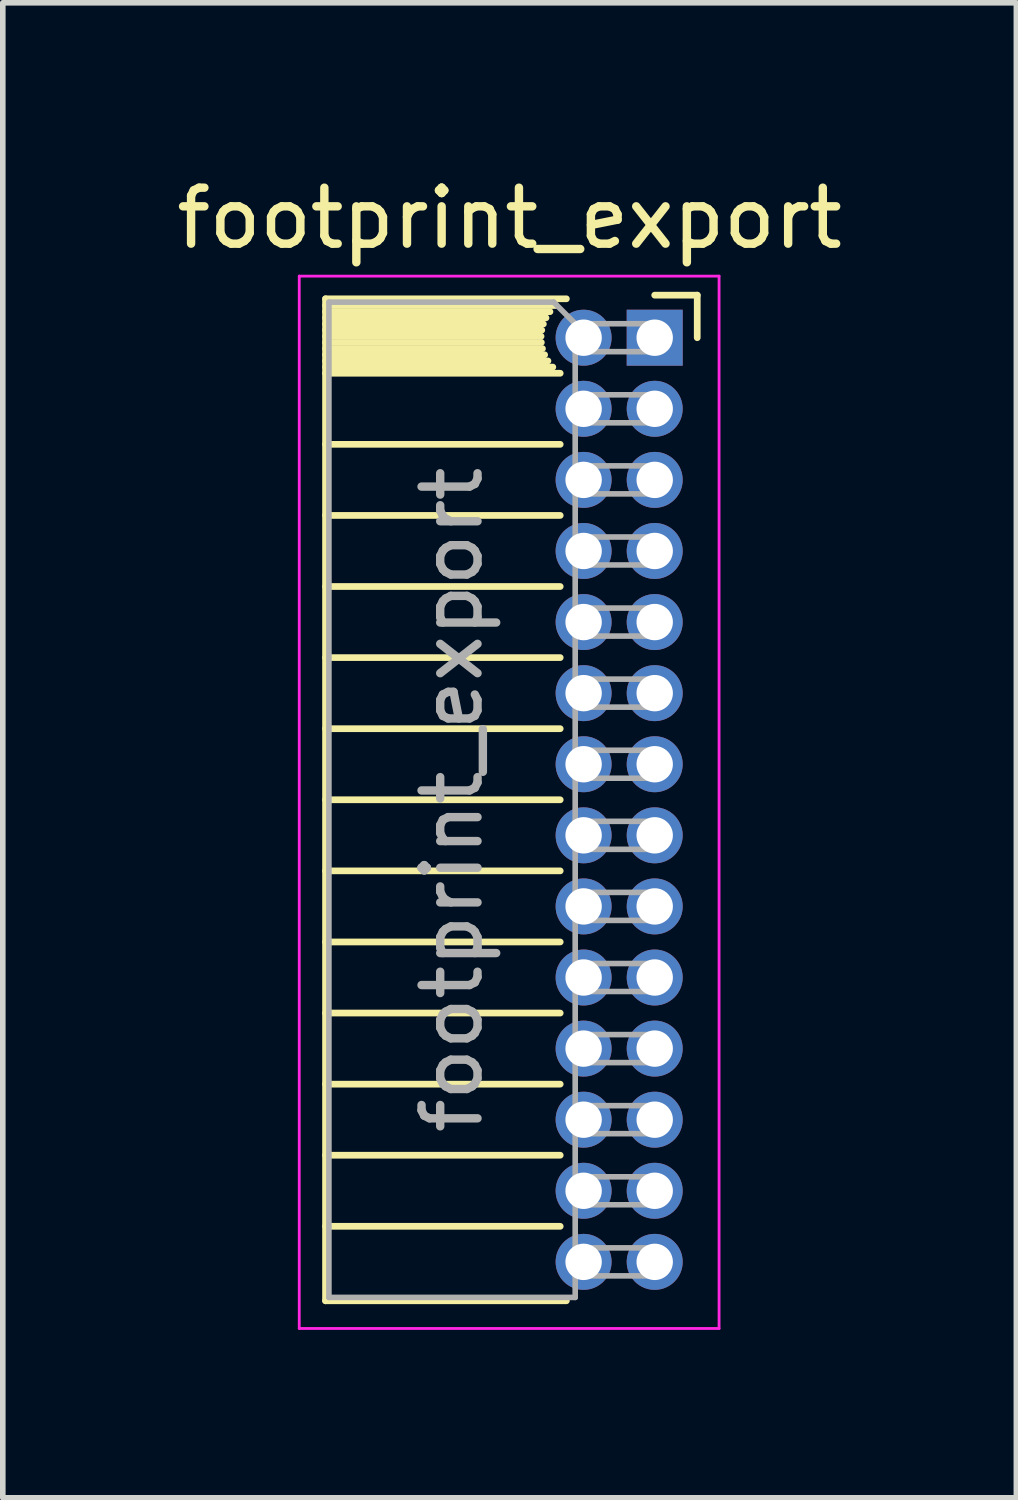
<source format=kicad_pcb>
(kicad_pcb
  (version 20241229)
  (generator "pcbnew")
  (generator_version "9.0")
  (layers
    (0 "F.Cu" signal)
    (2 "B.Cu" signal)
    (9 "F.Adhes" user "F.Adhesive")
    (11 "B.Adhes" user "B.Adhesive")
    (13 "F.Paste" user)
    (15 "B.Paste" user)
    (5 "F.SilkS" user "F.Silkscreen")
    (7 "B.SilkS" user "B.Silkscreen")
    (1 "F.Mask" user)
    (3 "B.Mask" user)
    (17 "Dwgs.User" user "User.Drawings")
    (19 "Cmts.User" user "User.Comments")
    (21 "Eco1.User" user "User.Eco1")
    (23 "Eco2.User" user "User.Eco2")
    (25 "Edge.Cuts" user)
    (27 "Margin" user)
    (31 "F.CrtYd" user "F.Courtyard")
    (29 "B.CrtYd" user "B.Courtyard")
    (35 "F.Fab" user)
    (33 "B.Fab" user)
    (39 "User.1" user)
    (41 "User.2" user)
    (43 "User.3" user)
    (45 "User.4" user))
  (footprint "footprint_export"
    (layer "F.Cu")
    (at 8.646 2.983)
    (property "Reference" "footprint_export" (at -2.592 -2.135 0) (layer "F.SilkS") (effects (font (size 1 1) (thickness 0.15))))
    (attr through_hole)
    (fp_line (start -5.88 -0.695) (end -5.88 17.205) (stroke (width 0.12) (type solid)) (layer "F.SilkS"))
    (fp_line (start -5.88 -0.695) (end -1.578 -0.695) (stroke (width 0.12) (type solid)) (layer "F.SilkS"))
    (fp_line (start -5.88 -0.575) (end -1.767 -0.575) (stroke (width 0.12) (type solid)) (layer "F.SilkS"))
    (fp_line (start -5.88 -0.465) (end -1.871 -0.465) (stroke (width 0.12) (type solid)) (layer "F.SilkS"))
    (fp_line (start -5.88 -0.355) (end -1.942 -0.355) (stroke (width 0.12) (type solid)) (layer "F.SilkS"))
    (fp_line (start -5.88 -0.245) (end -1.989 -0.245) (stroke (width 0.12) (type solid)) (layer "F.SilkS"))
    (fp_line (start -5.88 -0.135) (end -2.018 -0.135) (stroke (width 0.12) (type solid)) (layer "F.SilkS"))
    (fp_line (start -5.88 -0.025) (end -2.03 -0.025) (stroke (width 0.12) (type solid)) (layer "F.SilkS"))
    (fp_line (start -5.88 0.085) (end -2.025 0.085) (stroke (width 0.12) (type solid)) (layer "F.SilkS"))
    (fp_line (start -5.88 0.195) (end -2.005 0.195) (stroke (width 0.12) (type solid)) (layer "F.SilkS"))
    (fp_line (start -5.88 0.305) (end -1.966 0.305) (stroke (width 0.12) (type solid)) (layer "F.SilkS"))
    (fp_line (start -5.88 0.415) (end -1.907 0.415) (stroke (width 0.12) (type solid)) (layer "F.SilkS"))
    (fp_line (start -5.88 0.525) (end -1.82 0.525) (stroke (width 0.12) (type solid)) (layer "F.SilkS"))
    (fp_line (start -5.88 0.635) (end -1.688 0.635) (stroke (width 0.12) (type solid)) (layer "F.SilkS"))
    (fp_line (start -5.88 1.905) (end -1.688 1.905) (stroke (width 0.12) (type solid)) (layer "F.SilkS"))
    (fp_line (start -5.88 3.175) (end -1.688 3.175) (stroke (width 0.12) (type solid)) (layer "F.SilkS"))
    (fp_line (start -5.88 4.445) (end -1.688 4.445) (stroke (width 0.12) (type solid)) (layer "F.SilkS"))
    (fp_line (start -5.88 5.715) (end -1.688 5.715) (stroke (width 0.12) (type solid)) (layer "F.SilkS"))
    (fp_line (start -5.88 6.985) (end -1.688 6.985) (stroke (width 0.12) (type solid)) (layer "F.SilkS"))
    (fp_line (start -5.88 8.255) (end -1.688 8.255) (stroke (width 0.12) (type solid)) (layer "F.SilkS"))
    (fp_line (start -5.88 9.525) (end -1.688 9.525) (stroke (width 0.12) (type solid)) (layer "F.SilkS"))
    (fp_line (start -5.88 10.795) (end -1.688 10.795) (stroke (width 0.12) (type solid)) (layer "F.SilkS"))
    (fp_line (start -5.88 12.065) (end -1.688 12.065) (stroke (width 0.12) (type solid)) (layer "F.SilkS"))
    (fp_line (start -5.88 13.335) (end -1.688 13.335) (stroke (width 0.12) (type solid)) (layer "F.SilkS"))
    (fp_line (start -5.88 14.605) (end -1.688 14.605) (stroke (width 0.12) (type solid)) (layer "F.SilkS"))
    (fp_line (start -5.88 15.875) (end -1.688 15.875) (stroke (width 0.12) (type solid)) (layer "F.SilkS"))
    (fp_line (start -5.88 17.205) (end -1.578 17.205) (stroke (width 0.12) (type solid)) (layer "F.SilkS"))
    (fp_line (start 0 -0.76) (end 0.76 -0.76) (stroke (width 0.12) (type solid)) (layer "F.SilkS"))
    (fp_line (start 0.76 -0.76) (end 0.76 0) (stroke (width 0.12) (type solid)) (layer "F.SilkS"))
    (fp_line (start -6.35 -1.1) (end -6.35 17.7) (stroke (width 0.05) (type solid)) (layer "F.CrtYd"))
    (fp_line (start -6.35 17.7) (end 1.15 17.7) (stroke (width 0.05) (type solid)) (layer "F.CrtYd"))
    (fp_line (start 1.15 -1.1) (end -6.35 -1.1) (stroke (width 0.05) (type solid)) (layer "F.CrtYd"))
    (fp_line (start 1.15 17.7) (end 1.15 -1.1) (stroke (width 0.05) (type solid)) (layer "F.CrtYd"))
    (fp_line (start -5.82 -0.635) (end -1.805 -0.635) (stroke (width 0.1) (type solid)) (layer "F.Fab"))
    (fp_line (start -5.82 17.145) (end -5.82 -0.635) (stroke (width 0.1) (type solid)) (layer "F.Fab"))
    (fp_line (start -1.805 -0.635) (end -1.42 -0.25) (stroke (width 0.1) (type solid)) (layer "F.Fab"))
    (fp_line (start -1.42 -0.25) (end -1.42 17.145) (stroke (width 0.1) (type solid)) (layer "F.Fab"))
    (fp_line (start -1.42 0.25) (end 0 0.25) (stroke (width 0.1) (type solid)) (layer "F.Fab"))
    (fp_line (start -1.42 1.52) (end 0 1.52) (stroke (width 0.1) (type solid)) (layer "F.Fab"))
    (fp_line (start -1.42 2.79) (end 0 2.79) (stroke (width 0.1) (type solid)) (layer "F.Fab"))
    (fp_line (start -1.42 4.06) (end 0 4.06) (stroke (width 0.1) (type solid)) (layer "F.Fab"))
    (fp_line (start -1.42 5.33) (end 0 5.33) (stroke (width 0.1) (type solid)) (layer "F.Fab"))
    (fp_line (start -1.42 6.6) (end 0 6.6) (stroke (width 0.1) (type solid)) (layer "F.Fab"))
    (fp_line (start -1.42 7.87) (end 0 7.87) (stroke (width 0.1) (type solid)) (layer "F.Fab"))
    (fp_line (start -1.42 9.14) (end 0 9.14) (stroke (width 0.1) (type solid)) (layer "F.Fab"))
    (fp_line (start -1.42 10.41) (end 0 10.41) (stroke (width 0.1) (type solid)) (layer "F.Fab"))
    (fp_line (start -1.42 11.68) (end 0 11.68) (stroke (width 0.1) (type solid)) (layer "F.Fab"))
    (fp_line (start -1.42 12.95) (end 0 12.95) (stroke (width 0.1) (type solid)) (layer "F.Fab"))
    (fp_line (start -1.42 14.22) (end 0 14.22) (stroke (width 0.1) (type solid)) (layer "F.Fab"))
    (fp_line (start -1.42 15.49) (end 0 15.49) (stroke (width 0.1) (type solid)) (layer "F.Fab"))
    (fp_line (start -1.42 16.76) (end 0 16.76) (stroke (width 0.1) (type solid)) (layer "F.Fab"))
    (fp_line (start -1.42 17.145) (end -5.82 17.145) (stroke (width 0.1) (type solid)) (layer "F.Fab"))
    (fp_line (start 0 -0.25) (end -1.42 -0.25) (stroke (width 0.1) (type solid)) (layer "F.Fab"))
    (fp_line (start 0 0.25) (end 0 -0.25) (stroke (width 0.1) (type solid)) (layer "F.Fab"))
    (fp_line (start 0 1.02) (end -1.42 1.02) (stroke (width 0.1) (type solid)) (layer "F.Fab"))
    (fp_line (start 0 1.52) (end 0 1.02) (stroke (width 0.1) (type solid)) (layer "F.Fab"))
    (fp_line (start 0 2.29) (end -1.42 2.29) (stroke (width 0.1) (type solid)) (layer "F.Fab"))
    (fp_line (start 0 2.79) (end 0 2.29) (stroke (width 0.1) (type solid)) (layer "F.Fab"))
    (fp_line (start 0 3.56) (end -1.42 3.56) (stroke (width 0.1) (type solid)) (layer "F.Fab"))
    (fp_line (start 0 4.06) (end 0 3.56) (stroke (width 0.1) (type solid)) (layer "F.Fab"))
    (fp_line (start 0 4.83) (end -1.42 4.83) (stroke (width 0.1) (type solid)) (layer "F.Fab"))
    (fp_line (start 0 5.33) (end 0 4.83) (stroke (width 0.1) (type solid)) (layer "F.Fab"))
    (fp_line (start 0 6.1) (end -1.42 6.1) (stroke (width 0.1) (type solid)) (layer "F.Fab"))
    (fp_line (start 0 6.6) (end 0 6.1) (stroke (width 0.1) (type solid)) (layer "F.Fab"))
    (fp_line (start 0 7.37) (end -1.42 7.37) (stroke (width 0.1) (type solid)) (layer "F.Fab"))
    (fp_line (start 0 7.87) (end 0 7.37) (stroke (width 0.1) (type solid)) (layer "F.Fab"))
    (fp_line (start 0 8.64) (end -1.42 8.64) (stroke (width 0.1) (type solid)) (layer "F.Fab"))
    (fp_line (start 0 9.14) (end 0 8.64) (stroke (width 0.1) (type solid)) (layer "F.Fab"))
    (fp_line (start 0 9.91) (end -1.42 9.91) (stroke (width 0.1) (type solid)) (layer "F.Fab"))
    (fp_line (start 0 10.41) (end 0 9.91) (stroke (width 0.1) (type solid)) (layer "F.Fab"))
    (fp_line (start 0 11.18) (end -1.42 11.18) (stroke (width 0.1) (type solid)) (layer "F.Fab"))
    (fp_line (start 0 11.68) (end 0 11.18) (stroke (width 0.1) (type solid)) (layer "F.Fab"))
    (fp_line (start 0 12.45) (end -1.42 12.45) (stroke (width 0.1) (type solid)) (layer "F.Fab"))
    (fp_line (start 0 12.95) (end 0 12.45) (stroke (width 0.1) (type solid)) (layer "F.Fab"))
    (fp_line (start 0 13.72) (end -1.42 13.72) (stroke (width 0.1) (type solid)) (layer "F.Fab"))
    (fp_line (start 0 14.22) (end 0 13.72) (stroke (width 0.1) (type solid)) (layer "F.Fab"))
    (fp_line (start 0 14.99) (end -1.42 14.99) (stroke (width 0.1) (type solid)) (layer "F.Fab"))
    (fp_line (start 0 15.49) (end 0 14.99) (stroke (width 0.1) (type solid)) (layer "F.Fab"))
    (fp_line (start 0 16.26) (end -1.42 16.26) (stroke (width 0.1) (type solid)) (layer "F.Fab"))
    (fp_line (start 0 16.76) (end 0 16.26) (stroke (width 0.1) (type solid)) (layer "F.Fab"))
    (fp_text user "${REFERENCE}" (at -3.62 8.255 90) (layer "F.Fab") (effects (font (size 1 1) (thickness 0.15))))
    (pad "1" thru_hole rect (at 0 0) (size 1 1) (drill 0.65) (layers "*.Cu" "*.Mask"))
    (pad "2" thru_hole oval (at -1.27 0) (size 1 1) (drill 0.65) (layers "*.Cu" "*.Mask"))
    (pad "3" thru_hole oval (at 0 1.27) (size 1 1) (drill 0.65) (layers "*.Cu" "*.Mask"))
    (pad "4" thru_hole oval (at -1.27 1.27) (size 1 1) (drill 0.65) (layers "*.Cu" "*.Mask"))
    (pad "5" thru_hole oval (at 0 2.54) (size 1 1) (drill 0.65) (layers "*.Cu" "*.Mask"))
    (pad "6" thru_hole oval (at -1.27 2.54) (size 1 1) (drill 0.65) (layers "*.Cu" "*.Mask"))
    (pad "7" thru_hole oval (at 0 3.81) (size 1 1) (drill 0.65) (layers "*.Cu" "*.Mask"))
    (pad "8" thru_hole oval (at -1.27 3.81) (size 1 1) (drill 0.65) (layers "*.Cu" "*.Mask"))
    (pad "9" thru_hole oval (at 0 5.08) (size 1 1) (drill 0.65) (layers "*.Cu" "*.Mask"))
    (pad "10" thru_hole oval (at -1.27 5.08) (size 1 1) (drill 0.65) (layers "*.Cu" "*.Mask"))
    (pad "11" thru_hole oval (at 0 6.35) (size 1 1) (drill 0.65) (layers "*.Cu" "*.Mask"))
    (pad "12" thru_hole oval (at -1.27 6.35) (size 1 1) (drill 0.65) (layers "*.Cu" "*.Mask"))
    (pad "13" thru_hole oval (at 0 7.62) (size 1 1) (drill 0.65) (layers "*.Cu" "*.Mask"))
    (pad "14" thru_hole oval (at -1.27 7.62) (size 1 1) (drill 0.65) (layers "*.Cu" "*.Mask"))
    (pad "15" thru_hole oval (at 0 8.89) (size 1 1) (drill 0.65) (layers "*.Cu" "*.Mask"))
    (pad "16" thru_hole oval (at -1.27 8.89) (size 1 1) (drill 0.65) (layers "*.Cu" "*.Mask"))
    (pad "17" thru_hole oval (at 0 10.16) (size 1 1) (drill 0.65) (layers "*.Cu" "*.Mask"))
    (pad "18" thru_hole oval (at -1.27 10.16) (size 1 1) (drill 0.65) (layers "*.Cu" "*.Mask"))
    (pad "19" thru_hole oval (at 0 11.43) (size 1 1) (drill 0.65) (layers "*.Cu" "*.Mask"))
    (pad "20" thru_hole oval (at -1.27 11.43) (size 1 1) (drill 0.65) (layers "*.Cu" "*.Mask"))
    (pad "21" thru_hole oval (at 0 12.7) (size 1 1) (drill 0.65) (layers "*.Cu" "*.Mask"))
    (pad "22" thru_hole oval (at -1.27 12.7) (size 1 1) (drill 0.65) (layers "*.Cu" "*.Mask"))
    (pad "23" thru_hole oval (at 0 13.97) (size 1 1) (drill 0.65) (layers "*.Cu" "*.Mask"))
    (pad "24" thru_hole oval (at -1.27 13.97) (size 1 1) (drill 0.65) (layers "*.Cu" "*.Mask"))
    (pad "25" thru_hole oval (at 0 15.24) (size 1 1) (drill 0.65) (layers "*.Cu" "*.Mask"))
    (pad "26" thru_hole oval (at -1.27 15.24) (size 1 1) (drill 0.65) (layers "*.Cu" "*.Mask"))
    (pad "27" thru_hole oval (at 0 16.51) (size 1 1) (drill 0.65) (layers "*.Cu" "*.Mask"))
    (pad "28" thru_hole oval (at -1.27 16.51) (size 1 1) (drill 0.65) (layers "*.Cu" "*.Mask")))
  (gr_rect
    (start -3 -3)
    (end 15.107 23.708)
    (stroke (width 0.1) (type default))
    (fill no)
    (layer "Edge.Cuts")))
</source>
